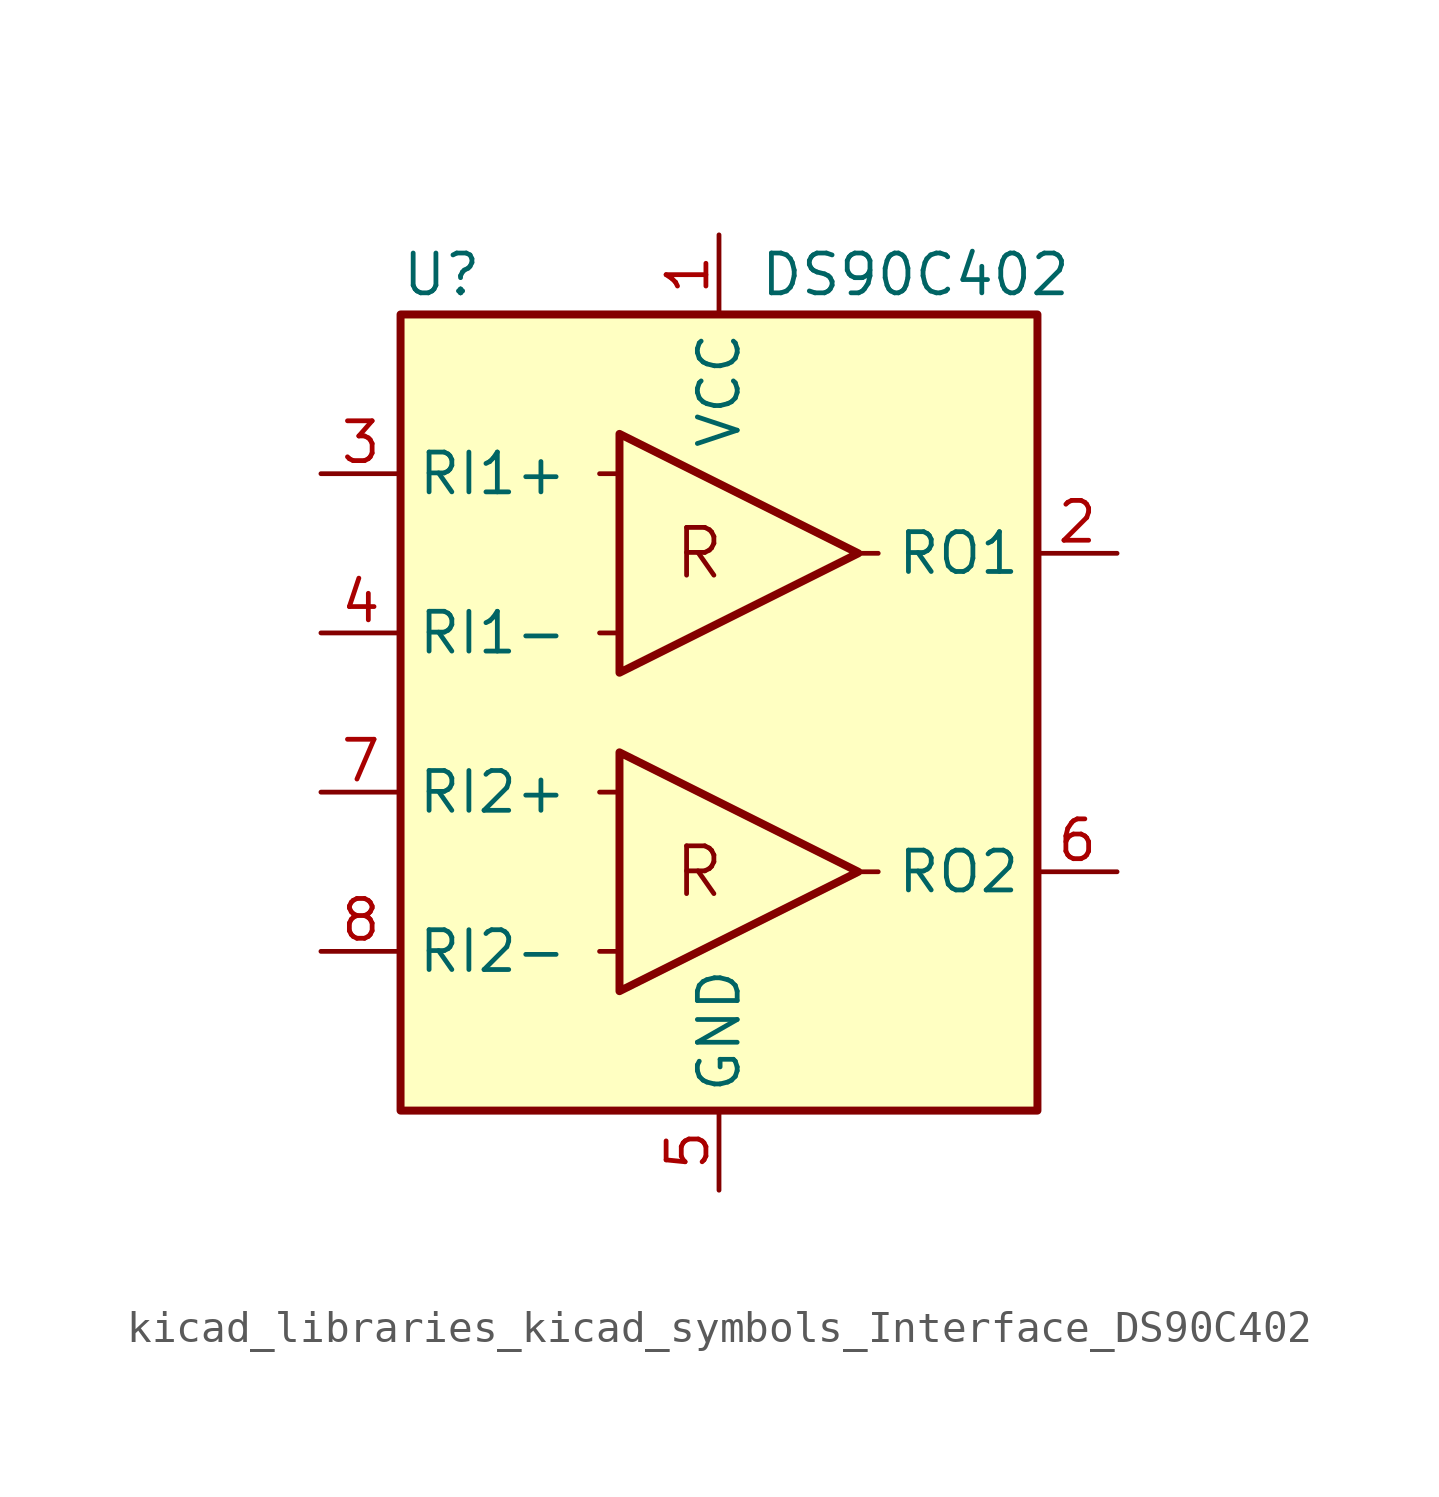
<source format=kicad_sym>
(kicad_symbol_lib
  (version 20220914)
  (generator kicad_symbol_editor)
  (symbol "kicad_libraries_kicad_symbols_Interface_DS90C402"
    (property "Reference" "U"
      (at -10.16 13.97 0)
      (effects (font (size 1.27 1.27)) (justify left)))
    (property "Value" "DS90C402"
      (at 1.27 13.97 0)
      (effects (font (size 1.27 1.27)) (justify left)))
    (symbol "kicad_libraries_kicad_symbols_Interface_DS90C402_0_1"
      (rectangle (start -10.16 12.7) (end 10.16 -12.7) (stroke (width 0.254) (type default)) (fill (type background))))
    (symbol "kicad_libraries_kicad_symbols_Interface_DS90C402_1_0"
      (text "R" (at -0.635 -5.08 0) (effects (font (size 1.524 1.524))))
      (text "R" (at -0.635 5.08 0) (effects (font (size 1.524 1.524)))))
    (symbol "kicad_libraries_kicad_symbols_Interface_DS90C402_1_1"
      (polyline (pts (xy -3.81 -7.62) (xy -3.175 -7.62)) (stroke (width 0) (type default)) (fill (type none)))
      (polyline (pts (xy -3.81 -2.54) (xy -3.175 -2.54)) (stroke (width 0) (type default)) (fill (type none)))
      (polyline (pts (xy -3.81 2.54) (xy -3.175 2.54)) (stroke (width 0) (type default)) (fill (type none)))
      (polyline (pts (xy -3.81 7.62) (xy -3.175 7.62)) (stroke (width 0) (type default)) (fill (type none)))
      (polyline (pts (xy 5.08 -5.08) (xy 4.445 -5.08)) (stroke (width 0) (type default)) (fill (type none)))
      (polyline (pts (xy 5.08 5.08) (xy 4.445 5.08)) (stroke (width 0) (type default)) (fill (type none)))
      (polyline (pts (xy -3.175 -8.89) (xy -3.175 -1.27) (xy 4.445 -5.08) (xy -3.175 -8.89)) (stroke (width 0.254) (type default)) (fill (type none)))
      (polyline (pts (xy -3.175 1.27) (xy -3.175 8.89) (xy 4.445 5.08) (xy -3.175 1.27)) (stroke (width 0.254) (type default)) (fill (type none)))
      (pin power_in line (at 0 15.24 270) (length 2.54) (name "VCC" (effects (font (size 1.27 1.27)))) (number "1" (effects (font (size 1.27 1.27)))))
      (pin output line (at 12.7 5.08 180) (length 2.54) (name "RO1" (effects (font (size 1.27 1.27)))) (number "2" (effects (font (size 1.27 1.27)))))
      (pin input line (at -12.7 7.62 0) (length 2.54) (name "RI1+" (effects (font (size 1.27 1.27)))) (number "3" (effects (font (size 1.27 1.27)))))
      (pin input line (at -12.7 2.54 0) (length 2.54) (name "RI1-" (effects (font (size 1.27 1.27)))) (number "4" (effects (font (size 1.27 1.27)))))
      (pin power_in line (at 0 -15.24 90) (length 2.54) (name "GND" (effects (font (size 1.27 1.27)))) (number "5" (effects (font (size 1.27 1.27)))))
      (pin output line (at 12.7 -5.08 180) (length 2.54) (name "RO2" (effects (font (size 1.27 1.27)))) (number "6" (effects (font (size 1.27 1.27)))))
      (pin input line (at -12.7 -2.54 0) (length 2.54) (name "RI2+" (effects (font (size 1.27 1.27)))) (number "7" (effects (font (size 1.27 1.27)))))
      (pin input line (at -12.7 -7.62 0) (length 2.54) (name "RI2-" (effects (font (size 1.27 1.27)))) (number "8" (effects (font (size 1.27 1.27))))))))
</source>
